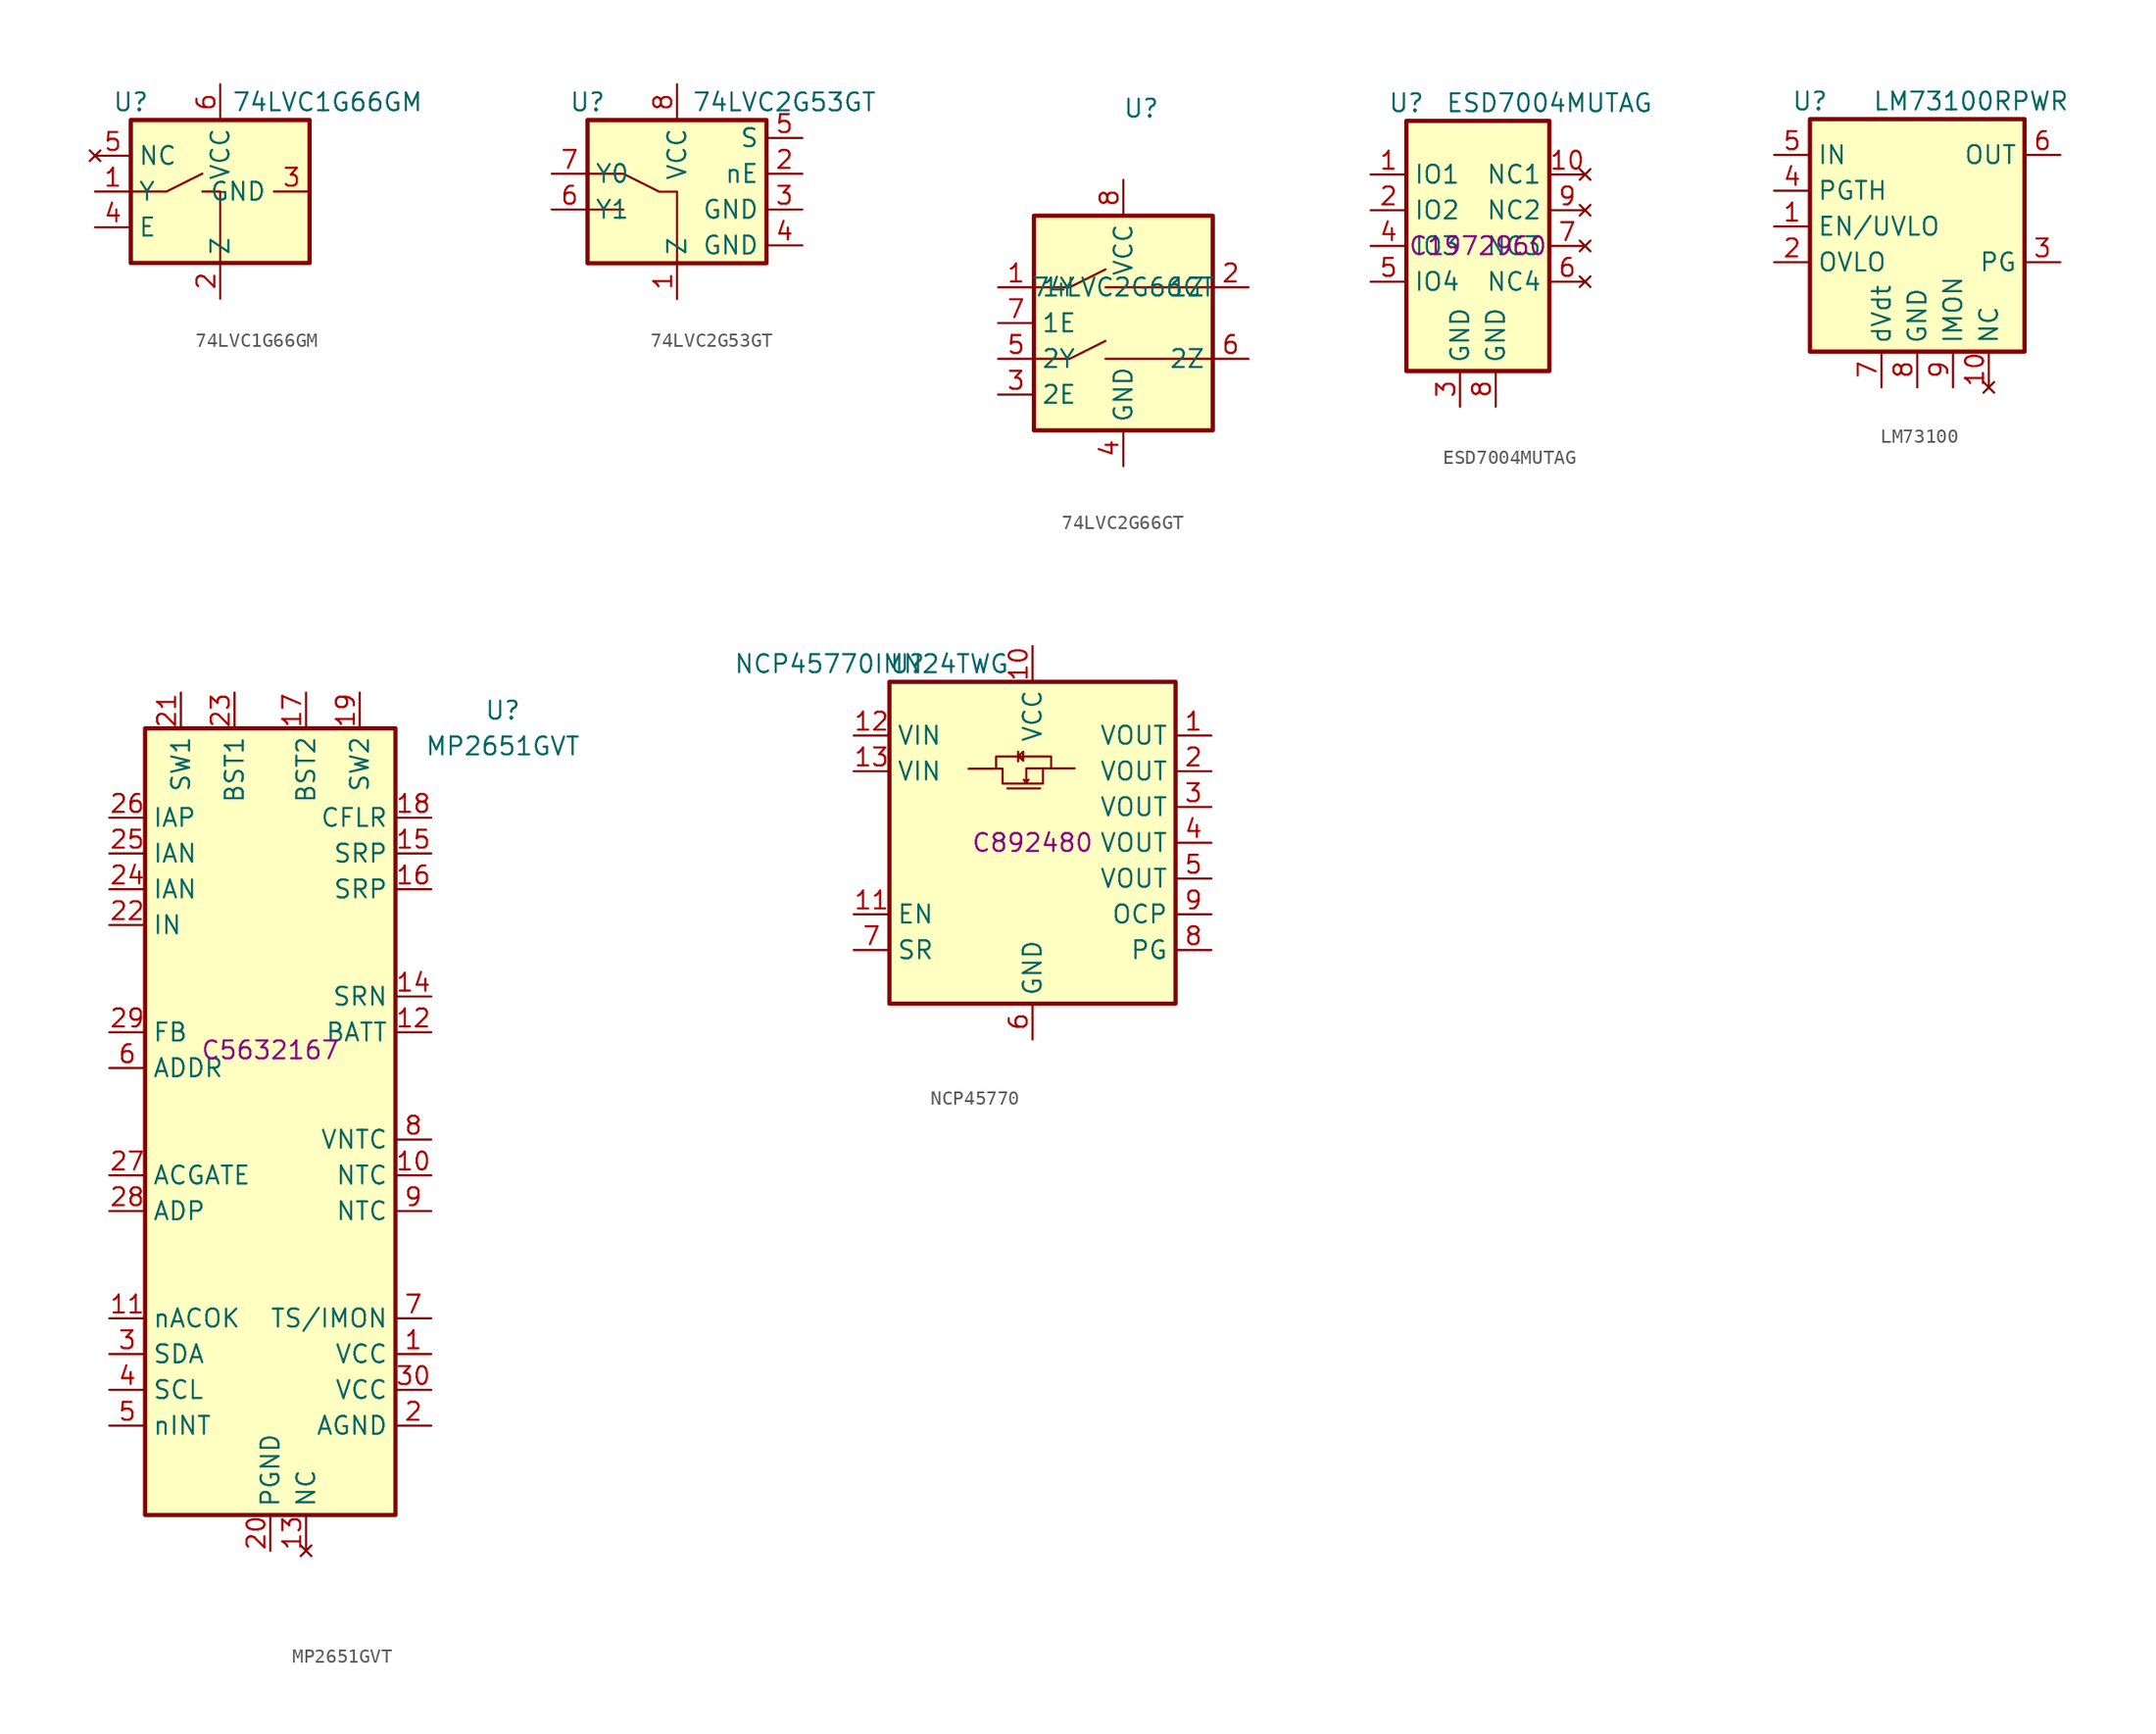
<source format=kicad_sym>
(kicad_symbol_lib
  (version 20220914)
  (generator kicad_symbol_editor)
  (symbol "74LVC1G66GM"
    (property "Reference" "U"
      (at -6.35 0 0)
      (effects (font (size 1.27 1.27))))
    (property "Value" "74LVC1G66GM"
      (at 7.62 0 0)
      (effects (font (size 1.27 1.27))))
    (symbol "74LVC1G66GM_0_1"
      (polyline (pts (xy -6.35 -6.35) (xy -3.81 -6.35) (xy -1.27 -5.08)) (stroke (width 0) (type default)) (fill (type none)))
      (polyline (pts (xy -1.27 -6.35) (xy 0 -6.35) (xy 0 -11.43)) (stroke (width 0) (type default)) (fill (type none))))
    (symbol "74LVC1G66GM_1_1"
      (rectangle (start -6.35 -1.27) (end 6.35 -11.43) (stroke (width 0.3) (type default)) (fill (type background)))
      (pin bidirectional line (at -8.89 -6.35 0) (length 2.54) (name "Y" (effects (font (size 1.27 1.27)))) (number "1" (effects (font (size 1.27 1.27)))))
      (pin bidirectional line (at 0 -13.97 90) (length 2.54) (name "Z" (effects (font (size 1.27 1.27)))) (number "2" (effects (font (size 1.27 1.27)))))
      (pin power_in line (at 6.35 -6.35 180) (length 2.54) (name "GND" (effects (font (size 1.27 1.27)))) (number "3" (effects (font (size 1.27 1.27)))))
      (pin input line (at -8.89 -8.89 0) (length 2.54) (name "E" (effects (font (size 1.27 1.27)))) (number "4" (effects (font (size 1.27 1.27)))))
      (pin no_connect line (at -8.89 -3.81 0) (length 2.54) (name "NC" (effects (font (size 1.27 1.27)))) (number "5" (effects (font (size 1.27 1.27)))))
      (pin power_in line (at 0 1.27 270) (length 2.54) (name "VCC" (effects (font (size 1.27 1.27)))) (number "6" (effects (font (size 1.27 1.27)))))))
  (symbol "74LVC2G53GT"
    (property "Reference" "U"
      (at -6.35 6.35 0)
      (effects (font (size 1.27 1.27))))
    (property "Value" "74LVC2G53GT"
      (at 7.62 6.35 0)
      (effects (font (size 1.27 1.27))))
    (symbol "74LVC2G53GT_0_1"
      (polyline (pts (xy -6.35 -1.27) (xy -3.81 -1.27)) (stroke (width 0) (type default)) (fill (type none)))
      (polyline (pts (xy 0 -5.08) (xy 0 0) (xy -1.27 0) (xy -3.81 1.27) (xy -6.35 1.27)) (stroke (width 0) (type default)) (fill (type none))))
    (symbol "74LVC2G53GT_1_1"
      (rectangle (start -6.35 5.08) (end 6.35 -5.08) (stroke (width 0.3) (type default)) (fill (type background)))
      (pin bidirectional line (at 0 -7.62 90) (length 2.54) (name "Z" (effects (font (size 1.27 1.27)))) (number "1" (effects (font (size 1.27 1.27)))))
      (pin input line (at 8.89 1.27 180) (length 2.54) (name "nE" (effects (font (size 1.27 1.27)))) (number "2" (effects (font (size 1.27 1.27)))))
      (pin power_in line (at 8.89 -1.27 180) (length 2.54) (name "GND" (effects (font (size 1.27 1.27)))) (number "3" (effects (font (size 1.27 1.27)))))
      (pin power_in line (at 8.89 -3.81 180) (length 2.54) (name "GND" (effects (font (size 1.27 1.27)))) (number "4" (effects (font (size 1.27 1.27)))))
      (pin input line (at 8.89 3.81 180) (length 2.54) (name "S" (effects (font (size 1.27 1.27)))) (number "5" (effects (font (size 1.27 1.27)))))
      (pin bidirectional line (at -8.89 -1.27 0) (length 2.54) (name "Y1" (effects (font (size 1.27 1.27)))) (number "6" (effects (font (size 1.27 1.27)))))
      (pin bidirectional line (at -8.89 1.27 0) (length 2.54) (name "Y0" (effects (font (size 1.27 1.27)))) (number "7" (effects (font (size 1.27 1.27)))))
      (pin power_in line (at 0 7.62 270) (length 2.54) (name "VCC" (effects (font (size 1.27 1.27)))) (number "8" (effects (font (size 1.27 1.27)))))))
  (symbol "74LVC2G66GT"
    (property "Reference" "U"
      (at 1.27 12.7 0)
      (effects (font (size 1.27 1.27))))
    (property "Value" "74LVC2G66GT"
      (at 0 0 0)
      (effects (font (size 1.27 1.27))))
    (symbol "74LVC2G66GT_0_1"
      (polyline (pts (xy -6.35 -5.08) (xy -3.81 -5.08) (xy -1.27 -3.81)) (stroke (width 0) (type default)) (fill (type none)))
      (polyline (pts (xy -6.35 0) (xy -3.81 0) (xy -1.27 1.27)) (stroke (width 0) (type default)) (fill (type none)))
      (polyline (pts (xy -1.27 -5.08) (xy 0 -5.08) (xy 6.35 -5.08)) (stroke (width 0) (type default)) (fill (type none)))
      (polyline (pts (xy -1.27 0) (xy 0 0) (xy 6.35 0)) (stroke (width 0) (type default)) (fill (type none))))
    (symbol "74LVC2G66GT_1_1"
      (rectangle (start -6.35 5.08) (end 6.35 -10.16) (stroke (width 0.3) (type default)) (fill (type background)))
      (pin bidirectional line (at -8.89 0 0) (length 2.54) (name "1Y" (effects (font (size 1.27 1.27)))) (number "1" (effects (font (size 1.27 1.27)))))
      (pin bidirectional line (at 8.89 0 180) (length 2.54) (name "1Z" (effects (font (size 1.27 1.27)))) (number "2" (effects (font (size 1.27 1.27)))))
      (pin input line (at -8.89 -7.62 0) (length 2.54) (name "2E" (effects (font (size 1.27 1.27)))) (number "3" (effects (font (size 1.27 1.27)))))
      (pin power_in line (at 0 -12.7 90) (length 2.54) (name "GND" (effects (font (size 1.27 1.27)))) (number "4" (effects (font (size 1.27 1.27)))))
      (pin bidirectional line (at -8.89 -5.08 0) (length 2.54) (name "2Y" (effects (font (size 1.27 1.27)))) (number "5" (effects (font (size 1.27 1.27)))))
      (pin bidirectional line (at 8.89 -5.08 180) (length 2.54) (name "2Z" (effects (font (size 1.27 1.27)))) (number "6" (effects (font (size 1.27 1.27)))))
      (pin input line (at -8.89 -2.54 0) (length 2.54) (name "1E" (effects (font (size 1.27 1.27)))) (number "7" (effects (font (size 1.27 1.27)))))
      (pin power_in line (at 0 7.62 270) (length 2.54) (name "VCC" (effects (font (size 1.27 1.27)))) (number "8" (effects (font (size 1.27 1.27)))))))
  (symbol "ESD7004MUTAG"
    (property "Reference" "U"
      (at -5.08 10.16 0)
      (effects (font (size 1.27 1.27))))
    (property "Value" "ESD7004MUTAG"
      (at 5.08 10.16 0)
      (effects (font (size 1.27 1.27))))
    (property "LCSC Part" "C1972960"
      (at 0 0 0)
      (effects (font (size 1.27 1.27))))
    (symbol "ESD7004MUTAG_1_1"
      (rectangle (start -5.08 8.89) (end 5.08 -8.89) (stroke (width 0.3) (type default)) (fill (type background)))
      (pin passive line (at -7.62 5.08 0) (length 2.54) (name "IO1" (effects (font (size 1.27 1.27)))) (number "1" (effects (font (size 1.27 1.27)))))
      (pin no_connect line (at 7.62 5.08 180) (length 2.54) (name "NC1" (effects (font (size 1.27 1.27)))) (number "10" (effects (font (size 1.27 1.27)))))
      (pin passive line (at -7.62 2.54 0) (length 2.54) (name "IO2" (effects (font (size 1.27 1.27)))) (number "2" (effects (font (size 1.27 1.27)))))
      (pin power_in line (at -1.27 -11.43 90) (length 2.54) (name "GND" (effects (font (size 1.27 1.27)))) (number "3" (effects (font (size 1.27 1.27)))))
      (pin passive line (at -7.62 0 0) (length 2.54) (name "IO3" (effects (font (size 1.27 1.27)))) (number "4" (effects (font (size 1.27 1.27)))))
      (pin passive line (at -7.62 -2.54 0) (length 2.54) (name "IO4" (effects (font (size 1.27 1.27)))) (number "5" (effects (font (size 1.27 1.27)))))
      (pin no_connect line (at 7.62 -2.54 180) (length 2.54) (name "NC4" (effects (font (size 1.27 1.27)))) (number "6" (effects (font (size 1.27 1.27)))))
      (pin no_connect line (at 7.62 0 180) (length 2.54) (name "NC3" (effects (font (size 1.27 1.27)))) (number "7" (effects (font (size 1.27 1.27)))))
      (pin power_in line (at 1.27 -11.43 90) (length 2.54) (name "GND" (effects (font (size 1.27 1.27)))) (number "8" (effects (font (size 1.27 1.27)))))
      (pin no_connect line (at 7.62 2.54 180) (length 2.54) (name "NC2" (effects (font (size 1.27 1.27)))) (number "9" (effects (font (size 1.27 1.27)))))))
  (symbol "LM73100"
    (property "Reference" "U"
      (at -7.62 7.62 0)
      (effects (font (size 1.27 1.27))))
    (property "Value" "LM73100RPWR"
      (at 3.81 7.62 0)
      (effects (font (size 1.27 1.27))))
    (symbol "LM73100_1_1"
      (rectangle (start -7.62 6.35) (end 7.62 -10.16) (stroke (width 0.3) (type default)) (fill (type background)))
      (pin input line (at -10.16 -1.27 0) (length 2.54) (name "EN/UVLO" (effects (font (size 1.27 1.27)))) (number "1" (effects (font (size 1.27 1.27)))))
      (pin no_connect line (at 5.08 -12.7 90) (length 2.54) (name "NC" (effects (font (size 1.27 1.27)))) (number "10" (effects (font (size 1.27 1.27)))))
      (pin input line (at -10.16 -3.81 0) (length 2.54) (name "OVLO" (effects (font (size 1.27 1.27)))) (number "2" (effects (font (size 1.27 1.27)))))
      (pin open_collector line (at 10.16 -3.81 180) (length 2.54) (name "PG" (effects (font (size 1.27 1.27)))) (number "3" (effects (font (size 1.27 1.27)))))
      (pin input line (at -10.16 1.27 0) (length 2.54) (name "PGTH" (effects (font (size 1.27 1.27)))) (number "4" (effects (font (size 1.27 1.27)))))
      (pin power_in line (at -10.16 3.81 0) (length 2.54) (name "IN" (effects (font (size 1.27 1.27)))) (number "5" (effects (font (size 1.27 1.27)))))
      (pin power_out line (at 10.16 3.81 180) (length 2.54) (name "OUT" (effects (font (size 1.27 1.27)))) (number "6" (effects (font (size 1.27 1.27)))))
      (pin passive line (at -2.54 -12.7 90) (length 2.54) (name "dVdt" (effects (font (size 1.27 1.27)))) (number "7" (effects (font (size 1.27 1.27)))))
      (pin power_in line (at 0 -12.7 90) (length 2.54) (name "GND" (effects (font (size 1.27 1.27)))) (number "8" (effects (font (size 1.27 1.27)))))
      (pin output line (at 2.54 -12.7 90) (length 2.54) (name "IMON" (effects (font (size 1.27 1.27)))) (number "9" (effects (font (size 1.27 1.27)))))))
  (symbol "MP2651GVT"
    (property "Reference" "U"
      (at 16.51 24.13 0)
      (effects (font (size 1.27 1.27))))
    (property "Value" "MP2651GVT"
      (at 16.51 21.59 0)
      (effects (font (size 1.27 1.27))))
    (property "LCSC Part" "C5632167"
      (at 0 0 0)
      (effects (font (size 1.27 1.27))))
    (symbol "MP2651GVT_0_0"
      (pin power_in line (at 11.43 -21.59 180) (length 2.54) (name "VCC" (effects (font (size 1.27 1.27)))) (number "1" (effects (font (size 1.27 1.27)))))
      (pin input line (at 11.43 -8.89 180) (length 2.54) (name "NTC" (effects (font (size 1.27 1.27)))) (number "10" (effects (font (size 1.27 1.27)))))
      (pin open_collector line (at -11.43 -19.05 0) (length 2.54) (name "nACOK" (effects (font (size 1.27 1.27)))) (number "11" (effects (font (size 1.27 1.27)))))
      (pin input line (at 11.43 1.27 180) (length 2.54) (name "BATT" (effects (font (size 1.27 1.27)))) (number "12" (effects (font (size 1.27 1.27)))))
      (pin no_connect line (at 2.54 -35.56 90) (length 2.54) (name "NC" (effects (font (size 1.27 1.27)))) (number "13" (effects (font (size 1.27 1.27)))))
      (pin input line (at 11.43 3.81 180) (length 2.54) (name "SRN" (effects (font (size 1.27 1.27)))) (number "14" (effects (font (size 1.27 1.27)))))
      (pin input line (at 11.43 13.97 180) (length 2.54) (name "SRP" (effects (font (size 1.27 1.27)))) (number "15" (effects (font (size 1.27 1.27)))))
      (pin input line (at 11.43 11.43 180) (length 2.54) (name "SRP" (effects (font (size 1.27 1.27)))) (number "16" (effects (font (size 1.27 1.27)))))
      (pin input line (at 2.54 25.4 270) (length 2.54) (name "BST2" (effects (font (size 1.27 1.27)))) (number "17" (effects (font (size 1.27 1.27)))))
      (pin power_out line (at 11.43 16.51 180) (length 2.54) (name "CFLR" (effects (font (size 1.27 1.27)))) (number "18" (effects (font (size 1.27 1.27)))))
      (pin passive line (at 6.35 25.4 270) (length 2.54) (name "SW2" (effects (font (size 1.27 1.27)))) (number "19" (effects (font (size 1.27 1.27)))))
      (pin power_in line (at 11.43 -26.67 180) (length 2.54) (name "AGND" (effects (font (size 1.27 1.27)))) (number "2" (effects (font (size 1.27 1.27)))))
      (pin power_in line (at 0 -35.56 90) (length 2.54) (name "PGND" (effects (font (size 1.27 1.27)))) (number "20" (effects (font (size 1.27 1.27)))))
      (pin passive line (at -6.35 25.4 270) (length 2.54) (name "SW1" (effects (font (size 1.27 1.27)))) (number "21" (effects (font (size 1.27 1.27)))))
      (pin power_in line (at -11.43 8.89 0) (length 2.54) (name "IN" (effects (font (size 1.27 1.27)))) (number "22" (effects (font (size 1.27 1.27)))))
      (pin input line (at -2.54 25.4 270) (length 2.54) (name "BST1" (effects (font (size 1.27 1.27)))) (number "23" (effects (font (size 1.27 1.27)))))
      (pin input line (at -11.43 11.43 0) (length 2.54) (name "IAN" (effects (font (size 1.27 1.27)))) (number "24" (effects (font (size 1.27 1.27)))))
      (pin input line (at -11.43 13.97 0) (length 2.54) (name "IAN" (effects (font (size 1.27 1.27)))) (number "25" (effects (font (size 1.27 1.27)))))
      (pin input line (at -11.43 16.51 0) (length 2.54) (name "IAP" (effects (font (size 1.27 1.27)))) (number "26" (effects (font (size 1.27 1.27)))))
      (pin output line (at -11.43 -8.89 0) (length 2.54) (name "ACGATE" (effects (font (size 1.27 1.27)))) (number "27" (effects (font (size 1.27 1.27)))))
      (pin input line (at -11.43 -11.43 0) (length 2.54) (name "ADP" (effects (font (size 1.27 1.27)))) (number "28" (effects (font (size 1.27 1.27)))))
      (pin input line (at -11.43 1.27 0) (length 2.54) (name "FB" (effects (font (size 1.27 1.27)))) (number "29" (effects (font (size 1.27 1.27)))))
      (pin bidirectional line (at -11.43 -21.59 0) (length 2.54) (name "SDA" (effects (font (size 1.27 1.27)))) (number "3" (effects (font (size 1.27 1.27)))))
      (pin power_in line (at 11.43 -24.13 180) (length 2.54) (name "VCC" (effects (font (size 1.27 1.27)))) (number "30" (effects (font (size 1.27 1.27)))))
      (pin input line (at -11.43 -24.13 0) (length 2.54) (name "SCL" (effects (font (size 1.27 1.27)))) (number "4" (effects (font (size 1.27 1.27)))))
      (pin open_collector line (at -11.43 -26.67 0) (length 2.54) (name "nINT" (effects (font (size 1.27 1.27)))) (number "5" (effects (font (size 1.27 1.27)))))
      (pin input line (at -11.43 -1.27 0) (length 2.54) (name "ADDR" (effects (font (size 1.27 1.27)))) (number "6" (effects (font (size 1.27 1.27)))))
      (pin passive line (at 11.43 -19.05 180) (length 2.54) (name "TS/IMON" (effects (font (size 1.27 1.27)))) (number "7" (effects (font (size 1.27 1.27)))))
      (pin output line (at 11.43 -6.35 180) (length 2.54) (name "VNTC" (effects (font (size 1.27 1.27)))) (number "8" (effects (font (size 1.27 1.27)))))
      (pin input line (at 11.43 -11.43 180) (length 2.54) (name "NTC" (effects (font (size 1.27 1.27)))) (number "9" (effects (font (size 1.27 1.27))))))
    (symbol "MP2651GVT_1_1"
      (rectangle (start -8.89 22.86) (end 8.89 -33.02) (stroke (width 0.3) (type default)) (fill (type background)))))
  (symbol "NCP45770"
    (property "Reference" "U"
      (at -8.89 12.7 0)
      (effects (font (size 1.27 1.27))))
    (property "Value" "NCP45770IMN24TWG"
      (at -11.43 12.7 0)
      (effects (font (size 1.27 1.27))))
    (property "LCSC Part" "C892480"
      (at 0 0 0)
      (effects (font (size 1.27 1.27))))
    (symbol "NCP45770_1_1"
      (rectangle (start -10.16 11.43) (end 10.16 -11.43) (stroke (width 0.3) (type default)) (fill (type background)))
      (polyline (pts (xy -1.783 3.862) (xy 0.541 3.862)) (stroke (width 0) (type default)) (fill (type none)))
      (polyline (pts (xy -1.021 6.467) (xy -1.021 5.785)) (stroke (width 0) (type default)) (fill (type none)))
      (polyline (pts (xy -0.621 4.483) (xy -0.46 4.243) (xy -0.28 4.483)) (stroke (width 0) (type default)) (fill (type none)))
      (polyline (pts (xy 0.742 5.285) (xy -0.44 5.285) (xy -0.44 4.243)) (stroke (width 0) (type default)) (fill (type none)))
      (polyline (pts (xy -1.021 6.146) (xy -0.661 6.467) (xy -0.661 5.826) (xy -1.021 6.166)) (stroke (width 0) (type default)) (fill (type none)))
      (polyline (pts (xy 1.323 5.305) (xy 1.323 6.126) (xy -2.584 6.126) (xy -2.584 5.305)) (stroke (width 0) (type default)) (fill (type none)))
      (polyline (pts (xy -4.538 5.26) (xy -2.123 5.264) (xy -2.123 4.202) (xy 0.742 4.202) (xy 0.742 5.285) (xy 2.986 5.285)) (stroke (width 0) (type default)) (fill (type none)))
      (pin power_out line (at 12.7 7.62 180) (length 2.54) (name "VOUT" (effects (font (size 1.27 1.27)))) (number "1" (effects (font (size 1.27 1.27)))))
      (pin power_in line (at 0 13.97 270) (length 2.54) (name "VCC" (effects (font (size 1.27 1.27)))) (number "10" (effects (font (size 1.27 1.27)))))
      (pin input line (at -12.7 -5.08 0) (length 2.54) (name "EN" (effects (font (size 1.27 1.27)))) (number "11" (effects (font (size 1.27 1.27)))))
      (pin power_in line (at -12.7 7.62 0) (length 2.54) (name "VIN" (effects (font (size 1.27 1.27)))) (number "12" (effects (font (size 1.27 1.27)))))
      (pin power_in line (at -12.7 5.08 0) (length 2.54) (name "VIN" (effects (font (size 1.27 1.27)))) (number "13" (effects (font (size 1.27 1.27)))))
      (pin power_out line (at 12.7 5.08 180) (length 2.54) (name "VOUT" (effects (font (size 1.27 1.27)))) (number "2" (effects (font (size 1.27 1.27)))))
      (pin power_out line (at 12.7 2.54 180) (length 2.54) (name "VOUT" (effects (font (size 1.27 1.27)))) (number "3" (effects (font (size 1.27 1.27)))))
      (pin power_out line (at 12.7 0 180) (length 2.54) (name "VOUT" (effects (font (size 1.27 1.27)))) (number "4" (effects (font (size 1.27 1.27)))))
      (pin power_out line (at 12.7 -2.54 180) (length 2.54) (name "VOUT" (effects (font (size 1.27 1.27)))) (number "5" (effects (font (size 1.27 1.27)))))
      (pin power_in line (at 0 -13.97 90) (length 2.54) (name "GND" (effects (font (size 1.27 1.27)))) (number "6" (effects (font (size 1.27 1.27)))))
      (pin passive line (at -12.7 -7.62 0) (length 2.54) (name "SR" (effects (font (size 1.27 1.27)))) (number "7" (effects (font (size 1.27 1.27)))))
      (pin open_collector line (at 12.7 -7.62 180) (length 2.54) (name "PG" (effects (font (size 1.27 1.27)))) (number "8" (effects (font (size 1.27 1.27)))))
      (pin passive line (at 12.7 -5.08 180) (length 2.54) (name "OCP" (effects (font (size 1.27 1.27)))) (number "9" (effects (font (size 1.27 1.27))))))))
</source>
